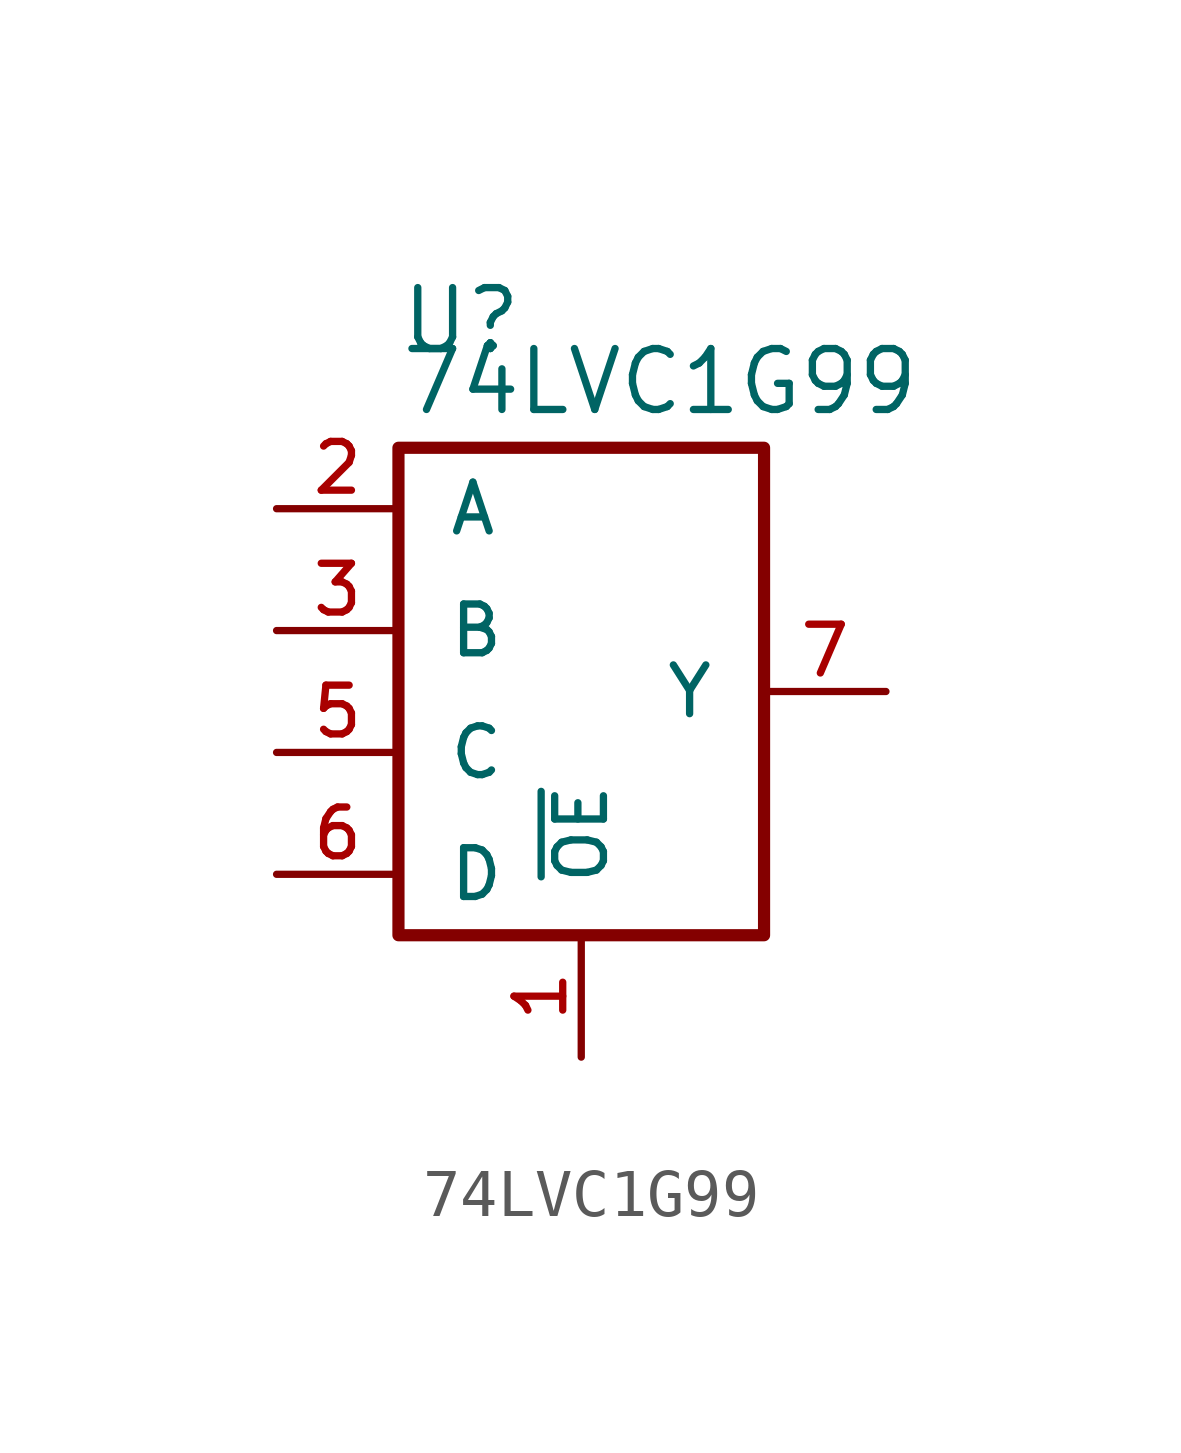
<source format=kicad_sym>
(kicad_symbol_lib
  (version 20211014)
  (generator kicad_symbol_editor)
  (symbol "74LVC1G99"
    (pin_names
      (offset 1.016))
    (property "Reference" "U"
      (at -3.81 6.985 0)
      (effects (font (size 1.27 1.27)) (justify left bottom)))
    (property "Value" "74LVC1G99"
      (at -3.81 5.715 0)
      (effects (font (size 1.27 1.27)) (justify left bottom)))
    (symbol "74LVC1G99_0_1"
      (rectangle (start -3.81 5.08) (end 3.81 -5.08) (stroke (width 0.254) (type default) (color 0 0 0 0)) (fill (type none))))
    (symbol "74LVC1G99_1_1"
      (pin output line (at 0 -7.62 90) (length 2.54) (name "~{OE}" (effects (font (size 1.016 1.016)))) (number "1" (effects (font (size 1.016 1.016)))))
      (pin input line (at -6.35 3.81 0) (length 2.54) (name "A" (effects (font (size 1.016 1.016)))) (number "2" (effects (font (size 1.016 1.016)))))
      (pin input line (at -6.35 1.27 0) (length 2.54) (name "B" (effects (font (size 1.016 1.016)))) (number "3" (effects (font (size 1.016 1.016)))))
      (pin power_in line (at 2.54 -5.08 270) (length 0) hide (name "GND" (effects (font (size 1.016 1.016)))) (number "4" (effects (font (size 1.016 1.016)))))
      (pin input line (at -6.35 -1.27 0) (length 2.54) (name "C" (effects (font (size 1.016 1.016)))) (number "5" (effects (font (size 1.016 1.016)))))
      (pin output line (at -6.35 -3.81 0) (length 2.54) (name "D" (effects (font (size 1.016 1.016)))) (number "6" (effects (font (size 1.016 1.016)))))
      (pin output line (at 6.35 0 180) (length 2.54) (name "Y" (effects (font (size 1.016 1.016)))) (number "7" (effects (font (size 1.016 1.016)))))
      (pin power_in line (at 2.54 5.08 90) (length 0) hide (name "VCC" (effects (font (size 1.016 1.016)))) (number "8" (effects (font (size 1.016 1.016))))))))
</source>
